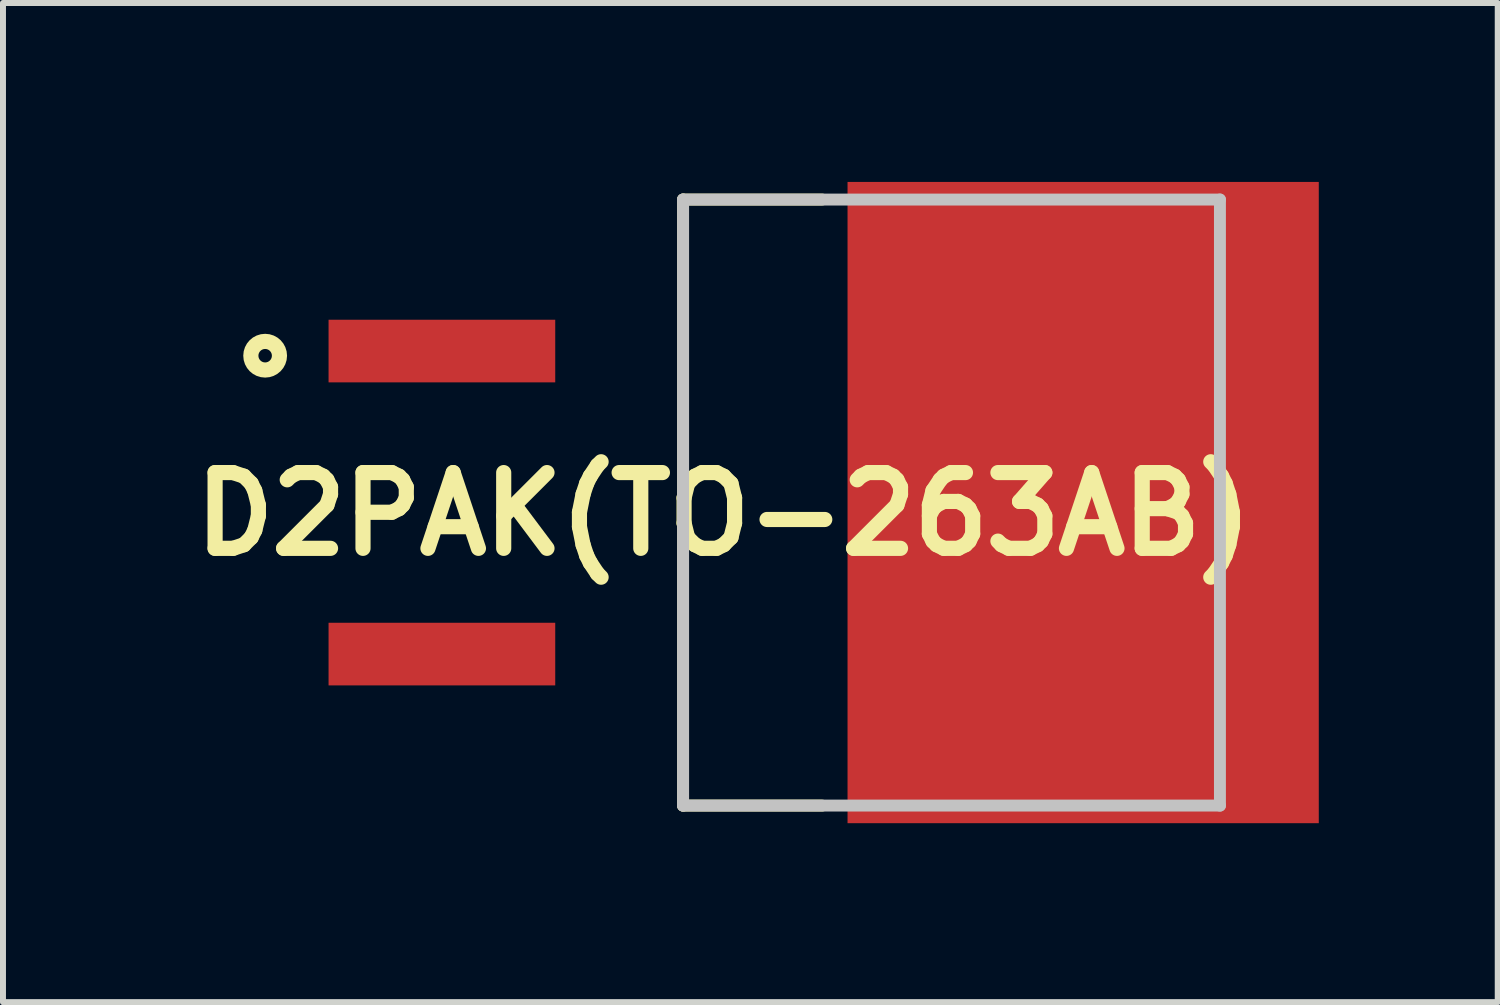
<source format=kicad_pcb>
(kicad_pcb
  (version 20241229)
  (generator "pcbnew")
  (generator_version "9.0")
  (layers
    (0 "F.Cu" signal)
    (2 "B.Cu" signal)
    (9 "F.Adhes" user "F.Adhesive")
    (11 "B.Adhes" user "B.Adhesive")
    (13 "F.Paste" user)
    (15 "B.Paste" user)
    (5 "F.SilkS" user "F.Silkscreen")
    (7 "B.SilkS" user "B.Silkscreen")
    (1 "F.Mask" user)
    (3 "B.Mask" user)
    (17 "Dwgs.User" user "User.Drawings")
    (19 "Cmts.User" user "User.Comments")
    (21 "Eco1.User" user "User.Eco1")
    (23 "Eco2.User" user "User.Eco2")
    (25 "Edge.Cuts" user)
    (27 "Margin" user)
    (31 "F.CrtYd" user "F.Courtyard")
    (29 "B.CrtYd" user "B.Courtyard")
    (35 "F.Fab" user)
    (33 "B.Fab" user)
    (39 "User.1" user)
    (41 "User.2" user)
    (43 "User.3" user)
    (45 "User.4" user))
  (footprint "D2PAK(TO-263AB)"
    (layer "F.Cu")
    (at 17.401 5.375)
    (property "Reference" "D2PAK(TO-263AB)" (at -8.318 0.193 0) (layer "F.SilkS") (effects (font (size 1.27 1.27) (thickness 0.254))))
    (attr smd)
    (fp_line (start -9 -5.08) (end -9 5.08) (stroke (width 0.2) (type solid)) (layer "F.SilkS"))
    (fp_line (start -9 -5.08) (end -6.669 -5.08) (stroke (width 0.2) (type solid)) (layer "F.SilkS"))
    (fp_line (start -9 5.08) (end -6.669 5.08) (stroke (width 0.2) (type solid)) (layer "F.SilkS"))
    (fp_circle (center -16.006 -2.462) (end -16.119 -2.462) (stroke (width 0.254) (type solid)) (fill no) (layer "F.SilkS"))
    (fp_line (start -9 -5.08) (end 0 -5.08) (stroke (width 0.2) (type solid)) (layer "Dwgs.User"))
    (fp_line (start -9 5.08) (end -9 -5.08) (stroke (width 0.2) (type solid)) (layer "Dwgs.User"))
    (fp_line (start 0 -5.08) (end 0 5.08) (stroke (width 0.2) (type solid)) (layer "Dwgs.User"))
    (fp_line (start 0 5.08) (end -9 5.08) (stroke (width 0.2) (type solid)) (layer "Dwgs.User"))
    (pad "1" smd rect (at -13.043 -2.54 90) (size 1.05 3.8) (layers "F.Cu" "F.Mask" "F.Paste"))
    (pad "2" smd rect (at -13.043 2.54 90) (size 1.05 3.8) (layers "F.Cu" "F.Mask" "F.Paste"))
    (pad "3" smd rect (at -2.293 0) (size 7.9 10.75) (layers "F.Cu" "F.Mask" "F.Paste")))
  (gr_rect
    (start -3 -3)
    (end 22.058 13.75)
    (stroke (width 0.1) (type default))
    (fill no)
    (layer "Edge.Cuts")))
</source>
